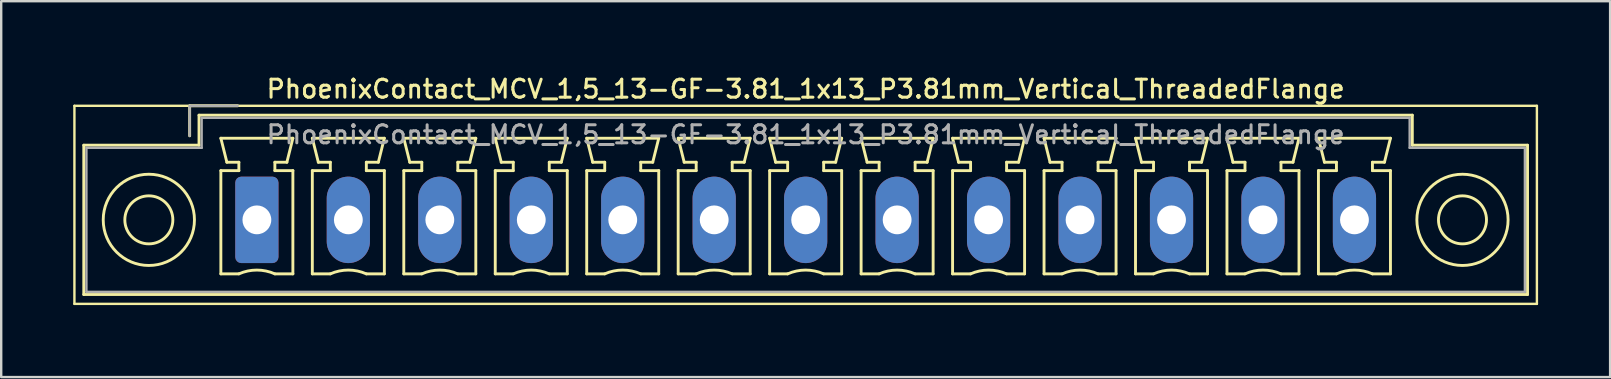
<source format=kicad_pcb>
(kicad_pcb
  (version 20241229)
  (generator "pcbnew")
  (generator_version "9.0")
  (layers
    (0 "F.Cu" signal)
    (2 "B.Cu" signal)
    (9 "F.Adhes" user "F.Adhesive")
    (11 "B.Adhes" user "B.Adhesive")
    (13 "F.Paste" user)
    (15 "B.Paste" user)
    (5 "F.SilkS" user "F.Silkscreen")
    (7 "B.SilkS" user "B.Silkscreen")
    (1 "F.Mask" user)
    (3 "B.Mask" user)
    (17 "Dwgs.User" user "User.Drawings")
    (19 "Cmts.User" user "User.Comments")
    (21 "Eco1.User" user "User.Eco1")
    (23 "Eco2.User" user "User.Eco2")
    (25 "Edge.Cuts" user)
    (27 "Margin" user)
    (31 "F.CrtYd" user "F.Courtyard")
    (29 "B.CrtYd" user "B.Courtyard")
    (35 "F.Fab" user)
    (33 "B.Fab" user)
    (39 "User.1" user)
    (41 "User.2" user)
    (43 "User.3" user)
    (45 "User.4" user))
  (footprint "PhoenixContact_MCV_1,5_13-GF-3.81_1x13_P3.81mm_Vertical_ThreadedFlange"
    (layer "F.Cu")
    (at 7.65 6.108)
    (property "Reference" "PhoenixContact_MCV_1,5_13-GF-3.81_1x13_P3.81mm_Vertical_ThreadedFlange" (at 22.86 -5.45 0) (layer "F.SilkS") (effects (font (size 0.75 0.75) (thickness 0.125))))
    (attr through_hole)
    (fp_line (start -7.6 -4.75) (end -7.6 3.5) (stroke (width 0.1) (type solid)) (layer "F.SilkS"))
    (fp_line (start -7.6 3.5) (end 53.32 3.5) (stroke (width 0.1) (type solid)) (layer "F.SilkS"))
    (fp_line (start -7.21 -3.11) (end -7.21 3.11) (stroke (width 0.12) (type solid)) (layer "F.SilkS"))
    (fp_line (start -7.21 3.11) (end 52.93 3.11) (stroke (width 0.12) (type solid)) (layer "F.SilkS"))
    (fp_line (start -2.8 -4.75) (end -0.8 -4.75) (stroke (width 0.12) (type solid)) (layer "F.SilkS"))
    (fp_line (start -2.8 -3.5) (end -2.8 -4.75) (stroke (width 0.12) (type solid)) (layer "F.SilkS"))
    (fp_line (start -2.41 -4.36) (end -2.41 -3.11) (stroke (width 0.12) (type solid)) (layer "F.SilkS"))
    (fp_line (start -2.41 -3.11) (end -7.21 -3.11) (stroke (width 0.12) (type solid)) (layer "F.SilkS"))
    (fp_line (start -1.5 -3.4) (end 1.5 -3.4) (stroke (width 0.12) (type solid)) (layer "F.SilkS"))
    (fp_line (start -1.5 -2.05) (end -0.75 -2.05) (stroke (width 0.12) (type solid)) (layer "F.SilkS"))
    (fp_line (start -1.5 2.25) (end -1.5 -2.05) (stroke (width 0.12) (type solid)) (layer "F.SilkS"))
    (fp_line (start -1.25 -2.4) (end -1.5 -3.4) (stroke (width 0.12) (type solid)) (layer "F.SilkS"))
    (fp_line (start -0.75 -2.4) (end -1.25 -2.4) (stroke (width 0.12) (type solid)) (layer "F.SilkS"))
    (fp_line (start -0.75 -2.05) (end -0.75 -2.4) (stroke (width 0.12) (type solid)) (layer "F.SilkS"))
    (fp_line (start -0.75 2.25) (end -1.5 2.25) (stroke (width 0.12) (type solid)) (layer "F.SilkS"))
    (fp_line (start 0.75 -2.4) (end 0.75 -2.05) (stroke (width 0.12) (type solid)) (layer "F.SilkS"))
    (fp_line (start 0.75 -2.05) (end 1.5 -2.05) (stroke (width 0.12) (type solid)) (layer "F.SilkS"))
    (fp_line (start 1.25 -2.4) (end 0.75 -2.4) (stroke (width 0.12) (type solid)) (layer "F.SilkS"))
    (fp_line (start 1.5 -3.4) (end 1.25 -2.4) (stroke (width 0.12) (type solid)) (layer "F.SilkS"))
    (fp_line (start 1.5 -2.05) (end 1.5 2.25) (stroke (width 0.12) (type solid)) (layer "F.SilkS"))
    (fp_line (start 1.5 2.25) (end 0.75 2.25) (stroke (width 0.12) (type solid)) (layer "F.SilkS"))
    (fp_line (start 2.31 -3.4) (end 5.31 -3.4) (stroke (width 0.12) (type solid)) (layer "F.SilkS"))
    (fp_line (start 2.31 -2.05) (end 3.06 -2.05) (stroke (width 0.12) (type solid)) (layer "F.SilkS"))
    (fp_line (start 2.31 2.25) (end 2.31 -2.05) (stroke (width 0.12) (type solid)) (layer "F.SilkS"))
    (fp_line (start 2.56 -2.4) (end 2.31 -3.4) (stroke (width 0.12) (type solid)) (layer "F.SilkS"))
    (fp_line (start 3.06 -2.4) (end 2.56 -2.4) (stroke (width 0.12) (type solid)) (layer "F.SilkS"))
    (fp_line (start 3.06 -2.05) (end 3.06 -2.4) (stroke (width 0.12) (type solid)) (layer "F.SilkS"))
    (fp_line (start 3.06 2.25) (end 2.31 2.25) (stroke (width 0.12) (type solid)) (layer "F.SilkS"))
    (fp_line (start 4.56 -2.4) (end 4.56 -2.05) (stroke (width 0.12) (type solid)) (layer "F.SilkS"))
    (fp_line (start 4.56 -2.05) (end 5.31 -2.05) (stroke (width 0.12) (type solid)) (layer "F.SilkS"))
    (fp_line (start 5.06 -2.4) (end 4.56 -2.4) (stroke (width 0.12) (type solid)) (layer "F.SilkS"))
    (fp_line (start 5.31 -3.4) (end 5.06 -2.4) (stroke (width 0.12) (type solid)) (layer "F.SilkS"))
    (fp_line (start 5.31 -2.05) (end 5.31 2.25) (stroke (width 0.12) (type solid)) (layer "F.SilkS"))
    (fp_line (start 5.31 2.25) (end 4.56 2.25) (stroke (width 0.12) (type solid)) (layer "F.SilkS"))
    (fp_line (start 6.12 -3.4) (end 9.12 -3.4) (stroke (width 0.12) (type solid)) (layer "F.SilkS"))
    (fp_line (start 6.12 -2.05) (end 6.87 -2.05) (stroke (width 0.12) (type solid)) (layer "F.SilkS"))
    (fp_line (start 6.12 2.25) (end 6.12 -2.05) (stroke (width 0.12) (type solid)) (layer "F.SilkS"))
    (fp_line (start 6.37 -2.4) (end 6.12 -3.4) (stroke (width 0.12) (type solid)) (layer "F.SilkS"))
    (fp_line (start 6.87 -2.4) (end 6.37 -2.4) (stroke (width 0.12) (type solid)) (layer "F.SilkS"))
    (fp_line (start 6.87 -2.05) (end 6.87 -2.4) (stroke (width 0.12) (type solid)) (layer "F.SilkS"))
    (fp_line (start 6.87 2.25) (end 6.12 2.25) (stroke (width 0.12) (type solid)) (layer "F.SilkS"))
    (fp_line (start 8.37 -2.4) (end 8.37 -2.05) (stroke (width 0.12) (type solid)) (layer "F.SilkS"))
    (fp_line (start 8.37 -2.05) (end 9.12 -2.05) (stroke (width 0.12) (type solid)) (layer "F.SilkS"))
    (fp_line (start 8.87 -2.4) (end 8.37 -2.4) (stroke (width 0.12) (type solid)) (layer "F.SilkS"))
    (fp_line (start 9.12 -3.4) (end 8.87 -2.4) (stroke (width 0.12) (type solid)) (layer "F.SilkS"))
    (fp_line (start 9.12 -2.05) (end 9.12 2.25) (stroke (width 0.12) (type solid)) (layer "F.SilkS"))
    (fp_line (start 9.12 2.25) (end 8.37 2.25) (stroke (width 0.12) (type solid)) (layer "F.SilkS"))
    (fp_line (start 9.93 -3.4) (end 12.93 -3.4) (stroke (width 0.12) (type solid)) (layer "F.SilkS"))
    (fp_line (start 9.93 -2.05) (end 10.68 -2.05) (stroke (width 0.12) (type solid)) (layer "F.SilkS"))
    (fp_line (start 9.93 2.25) (end 9.93 -2.05) (stroke (width 0.12) (type solid)) (layer "F.SilkS"))
    (fp_line (start 10.18 -2.4) (end 9.93 -3.4) (stroke (width 0.12) (type solid)) (layer "F.SilkS"))
    (fp_line (start 10.68 -2.4) (end 10.18 -2.4) (stroke (width 0.12) (type solid)) (layer "F.SilkS"))
    (fp_line (start 10.68 -2.05) (end 10.68 -2.4) (stroke (width 0.12) (type solid)) (layer "F.SilkS"))
    (fp_line (start 10.68 2.25) (end 9.93 2.25) (stroke (width 0.12) (type solid)) (layer "F.SilkS"))
    (fp_line (start 12.18 -2.4) (end 12.18 -2.05) (stroke (width 0.12) (type solid)) (layer "F.SilkS"))
    (fp_line (start 12.18 -2.05) (end 12.93 -2.05) (stroke (width 0.12) (type solid)) (layer "F.SilkS"))
    (fp_line (start 12.68 -2.4) (end 12.18 -2.4) (stroke (width 0.12) (type solid)) (layer "F.SilkS"))
    (fp_line (start 12.93 -3.4) (end 12.68 -2.4) (stroke (width 0.12) (type solid)) (layer "F.SilkS"))
    (fp_line (start 12.93 -2.05) (end 12.93 2.25) (stroke (width 0.12) (type solid)) (layer "F.SilkS"))
    (fp_line (start 12.93 2.25) (end 12.18 2.25) (stroke (width 0.12) (type solid)) (layer "F.SilkS"))
    (fp_line (start 13.74 -3.4) (end 16.74 -3.4) (stroke (width 0.12) (type solid)) (layer "F.SilkS"))
    (fp_line (start 13.74 -2.05) (end 14.49 -2.05) (stroke (width 0.12) (type solid)) (layer "F.SilkS"))
    (fp_line (start 13.74 2.25) (end 13.74 -2.05) (stroke (width 0.12) (type solid)) (layer "F.SilkS"))
    (fp_line (start 13.99 -2.4) (end 13.74 -3.4) (stroke (width 0.12) (type solid)) (layer "F.SilkS"))
    (fp_line (start 14.49 -2.4) (end 13.99 -2.4) (stroke (width 0.12) (type solid)) (layer "F.SilkS"))
    (fp_line (start 14.49 -2.05) (end 14.49 -2.4) (stroke (width 0.12) (type solid)) (layer "F.SilkS"))
    (fp_line (start 14.49 2.25) (end 13.74 2.25) (stroke (width 0.12) (type solid)) (layer "F.SilkS"))
    (fp_line (start 15.99 -2.4) (end 15.99 -2.05) (stroke (width 0.12) (type solid)) (layer "F.SilkS"))
    (fp_line (start 15.99 -2.05) (end 16.74 -2.05) (stroke (width 0.12) (type solid)) (layer "F.SilkS"))
    (fp_line (start 16.49 -2.4) (end 15.99 -2.4) (stroke (width 0.12) (type solid)) (layer "F.SilkS"))
    (fp_line (start 16.74 -3.4) (end 16.49 -2.4) (stroke (width 0.12) (type solid)) (layer "F.SilkS"))
    (fp_line (start 16.74 -2.05) (end 16.74 2.25) (stroke (width 0.12) (type solid)) (layer "F.SilkS"))
    (fp_line (start 16.74 2.25) (end 15.99 2.25) (stroke (width 0.12) (type solid)) (layer "F.SilkS"))
    (fp_line (start 17.55 -3.4) (end 20.55 -3.4) (stroke (width 0.12) (type solid)) (layer "F.SilkS"))
    (fp_line (start 17.55 -2.05) (end 18.3 -2.05) (stroke (width 0.12) (type solid)) (layer "F.SilkS"))
    (fp_line (start 17.55 2.25) (end 17.55 -2.05) (stroke (width 0.12) (type solid)) (layer "F.SilkS"))
    (fp_line (start 17.8 -2.4) (end 17.55 -3.4) (stroke (width 0.12) (type solid)) (layer "F.SilkS"))
    (fp_line (start 18.3 -2.4) (end 17.8 -2.4) (stroke (width 0.12) (type solid)) (layer "F.SilkS"))
    (fp_line (start 18.3 -2.05) (end 18.3 -2.4) (stroke (width 0.12) (type solid)) (layer "F.SilkS"))
    (fp_line (start 18.3 2.25) (end 17.55 2.25) (stroke (width 0.12) (type solid)) (layer "F.SilkS"))
    (fp_line (start 19.8 -2.4) (end 19.8 -2.05) (stroke (width 0.12) (type solid)) (layer "F.SilkS"))
    (fp_line (start 19.8 -2.05) (end 20.55 -2.05) (stroke (width 0.12) (type solid)) (layer "F.SilkS"))
    (fp_line (start 20.3 -2.4) (end 19.8 -2.4) (stroke (width 0.12) (type solid)) (layer "F.SilkS"))
    (fp_line (start 20.55 -3.4) (end 20.3 -2.4) (stroke (width 0.12) (type solid)) (layer "F.SilkS"))
    (fp_line (start 20.55 -2.05) (end 20.55 2.25) (stroke (width 0.12) (type solid)) (layer "F.SilkS"))
    (fp_line (start 20.55 2.25) (end 19.8 2.25) (stroke (width 0.12) (type solid)) (layer "F.SilkS"))
    (fp_line (start 21.36 -3.4) (end 24.36 -3.4) (stroke (width 0.12) (type solid)) (layer "F.SilkS"))
    (fp_line (start 21.36 -2.05) (end 22.11 -2.05) (stroke (width 0.12) (type solid)) (layer "F.SilkS"))
    (fp_line (start 21.36 2.25) (end 21.36 -2.05) (stroke (width 0.12) (type solid)) (layer "F.SilkS"))
    (fp_line (start 21.61 -2.4) (end 21.36 -3.4) (stroke (width 0.12) (type solid)) (layer "F.SilkS"))
    (fp_line (start 22.11 -2.4) (end 21.61 -2.4) (stroke (width 0.12) (type solid)) (layer "F.SilkS"))
    (fp_line (start 22.11 -2.05) (end 22.11 -2.4) (stroke (width 0.12) (type solid)) (layer "F.SilkS"))
    (fp_line (start 22.11 2.25) (end 21.36 2.25) (stroke (width 0.12) (type solid)) (layer "F.SilkS"))
    (fp_line (start 23.61 -2.4) (end 23.61 -2.05) (stroke (width 0.12) (type solid)) (layer "F.SilkS"))
    (fp_line (start 23.61 -2.05) (end 24.36 -2.05) (stroke (width 0.12) (type solid)) (layer "F.SilkS"))
    (fp_line (start 24.11 -2.4) (end 23.61 -2.4) (stroke (width 0.12) (type solid)) (layer "F.SilkS"))
    (fp_line (start 24.36 -3.4) (end 24.11 -2.4) (stroke (width 0.12) (type solid)) (layer "F.SilkS"))
    (fp_line (start 24.36 -2.05) (end 24.36 2.25) (stroke (width 0.12) (type solid)) (layer "F.SilkS"))
    (fp_line (start 24.36 2.25) (end 23.61 2.25) (stroke (width 0.12) (type solid)) (layer "F.SilkS"))
    (fp_line (start 25.17 -3.4) (end 28.17 -3.4) (stroke (width 0.12) (type solid)) (layer "F.SilkS"))
    (fp_line (start 25.17 -2.05) (end 25.92 -2.05) (stroke (width 0.12) (type solid)) (layer "F.SilkS"))
    (fp_line (start 25.17 2.25) (end 25.17 -2.05) (stroke (width 0.12) (type solid)) (layer "F.SilkS"))
    (fp_line (start 25.42 -2.4) (end 25.17 -3.4) (stroke (width 0.12) (type solid)) (layer "F.SilkS"))
    (fp_line (start 25.92 -2.4) (end 25.42 -2.4) (stroke (width 0.12) (type solid)) (layer "F.SilkS"))
    (fp_line (start 25.92 -2.05) (end 25.92 -2.4) (stroke (width 0.12) (type solid)) (layer "F.SilkS"))
    (fp_line (start 25.92 2.25) (end 25.17 2.25) (stroke (width 0.12) (type solid)) (layer "F.SilkS"))
    (fp_line (start 27.42 -2.4) (end 27.42 -2.05) (stroke (width 0.12) (type solid)) (layer "F.SilkS"))
    (fp_line (start 27.42 -2.05) (end 28.17 -2.05) (stroke (width 0.12) (type solid)) (layer "F.SilkS"))
    (fp_line (start 27.92 -2.4) (end 27.42 -2.4) (stroke (width 0.12) (type solid)) (layer "F.SilkS"))
    (fp_line (start 28.17 -3.4) (end 27.92 -2.4) (stroke (width 0.12) (type solid)) (layer "F.SilkS"))
    (fp_line (start 28.17 -2.05) (end 28.17 2.25) (stroke (width 0.12) (type solid)) (layer "F.SilkS"))
    (fp_line (start 28.17 2.25) (end 27.42 2.25) (stroke (width 0.12) (type solid)) (layer "F.SilkS"))
    (fp_line (start 28.98 -3.4) (end 31.98 -3.4) (stroke (width 0.12) (type solid)) (layer "F.SilkS"))
    (fp_line (start 28.98 -2.05) (end 29.73 -2.05) (stroke (width 0.12) (type solid)) (layer "F.SilkS"))
    (fp_line (start 28.98 2.25) (end 28.98 -2.05) (stroke (width 0.12) (type solid)) (layer "F.SilkS"))
    (fp_line (start 29.23 -2.4) (end 28.98 -3.4) (stroke (width 0.12) (type solid)) (layer "F.SilkS"))
    (fp_line (start 29.73 -2.4) (end 29.23 -2.4) (stroke (width 0.12) (type solid)) (layer "F.SilkS"))
    (fp_line (start 29.73 -2.05) (end 29.73 -2.4) (stroke (width 0.12) (type solid)) (layer "F.SilkS"))
    (fp_line (start 29.73 2.25) (end 28.98 2.25) (stroke (width 0.12) (type solid)) (layer "F.SilkS"))
    (fp_line (start 31.23 -2.4) (end 31.23 -2.05) (stroke (width 0.12) (type solid)) (layer "F.SilkS"))
    (fp_line (start 31.23 -2.05) (end 31.98 -2.05) (stroke (width 0.12) (type solid)) (layer "F.SilkS"))
    (fp_line (start 31.73 -2.4) (end 31.23 -2.4) (stroke (width 0.12) (type solid)) (layer "F.SilkS"))
    (fp_line (start 31.98 -3.4) (end 31.73 -2.4) (stroke (width 0.12) (type solid)) (layer "F.SilkS"))
    (fp_line (start 31.98 -2.05) (end 31.98 2.25) (stroke (width 0.12) (type solid)) (layer "F.SilkS"))
    (fp_line (start 31.98 2.25) (end 31.23 2.25) (stroke (width 0.12) (type solid)) (layer "F.SilkS"))
    (fp_line (start 32.79 -3.4) (end 35.79 -3.4) (stroke (width 0.12) (type solid)) (layer "F.SilkS"))
    (fp_line (start 32.79 -2.05) (end 33.54 -2.05) (stroke (width 0.12) (type solid)) (layer "F.SilkS"))
    (fp_line (start 32.79 2.25) (end 32.79 -2.05) (stroke (width 0.12) (type solid)) (layer "F.SilkS"))
    (fp_line (start 33.04 -2.4) (end 32.79 -3.4) (stroke (width 0.12) (type solid)) (layer "F.SilkS"))
    (fp_line (start 33.54 -2.4) (end 33.04 -2.4) (stroke (width 0.12) (type solid)) (layer "F.SilkS"))
    (fp_line (start 33.54 -2.05) (end 33.54 -2.4) (stroke (width 0.12) (type solid)) (layer "F.SilkS"))
    (fp_line (start 33.54 2.25) (end 32.79 2.25) (stroke (width 0.12) (type solid)) (layer "F.SilkS"))
    (fp_line (start 35.04 -2.4) (end 35.04 -2.05) (stroke (width 0.12) (type solid)) (layer "F.SilkS"))
    (fp_line (start 35.04 -2.05) (end 35.79 -2.05) (stroke (width 0.12) (type solid)) (layer "F.SilkS"))
    (fp_line (start 35.54 -2.4) (end 35.04 -2.4) (stroke (width 0.12) (type solid)) (layer "F.SilkS"))
    (fp_line (start 35.79 -3.4) (end 35.54 -2.4) (stroke (width 0.12) (type solid)) (layer "F.SilkS"))
    (fp_line (start 35.79 -2.05) (end 35.79 2.25) (stroke (width 0.12) (type solid)) (layer "F.SilkS"))
    (fp_line (start 35.79 2.25) (end 35.04 2.25) (stroke (width 0.12) (type solid)) (layer "F.SilkS"))
    (fp_line (start 36.6 -3.4) (end 39.6 -3.4) (stroke (width 0.12) (type solid)) (layer "F.SilkS"))
    (fp_line (start 36.6 -2.05) (end 37.35 -2.05) (stroke (width 0.12) (type solid)) (layer "F.SilkS"))
    (fp_line (start 36.6 2.25) (end 36.6 -2.05) (stroke (width 0.12) (type solid)) (layer "F.SilkS"))
    (fp_line (start 36.85 -2.4) (end 36.6 -3.4) (stroke (width 0.12) (type solid)) (layer "F.SilkS"))
    (fp_line (start 37.35 -2.4) (end 36.85 -2.4) (stroke (width 0.12) (type solid)) (layer "F.SilkS"))
    (fp_line (start 37.35 -2.05) (end 37.35 -2.4) (stroke (width 0.12) (type solid)) (layer "F.SilkS"))
    (fp_line (start 37.35 2.25) (end 36.6 2.25) (stroke (width 0.12) (type solid)) (layer "F.SilkS"))
    (fp_line (start 38.85 -2.4) (end 38.85 -2.05) (stroke (width 0.12) (type solid)) (layer "F.SilkS"))
    (fp_line (start 38.85 -2.05) (end 39.6 -2.05) (stroke (width 0.12) (type solid)) (layer "F.SilkS"))
    (fp_line (start 39.35 -2.4) (end 38.85 -2.4) (stroke (width 0.12) (type solid)) (layer "F.SilkS"))
    (fp_line (start 39.6 -3.4) (end 39.35 -2.4) (stroke (width 0.12) (type solid)) (layer "F.SilkS"))
    (fp_line (start 39.6 -2.05) (end 39.6 2.25) (stroke (width 0.12) (type solid)) (layer "F.SilkS"))
    (fp_line (start 39.6 2.25) (end 38.85 2.25) (stroke (width 0.12) (type solid)) (layer "F.SilkS"))
    (fp_line (start 40.41 -3.4) (end 43.41 -3.4) (stroke (width 0.12) (type solid)) (layer "F.SilkS"))
    (fp_line (start 40.41 -2.05) (end 41.16 -2.05) (stroke (width 0.12) (type solid)) (layer "F.SilkS"))
    (fp_line (start 40.41 2.25) (end 40.41 -2.05) (stroke (width 0.12) (type solid)) (layer "F.SilkS"))
    (fp_line (start 40.66 -2.4) (end 40.41 -3.4) (stroke (width 0.12) (type solid)) (layer "F.SilkS"))
    (fp_line (start 41.16 -2.4) (end 40.66 -2.4) (stroke (width 0.12) (type solid)) (layer "F.SilkS"))
    (fp_line (start 41.16 -2.05) (end 41.16 -2.4) (stroke (width 0.12) (type solid)) (layer "F.SilkS"))
    (fp_line (start 41.16 2.25) (end 40.41 2.25) (stroke (width 0.12) (type solid)) (layer "F.SilkS"))
    (fp_line (start 42.66 -2.4) (end 42.66 -2.05) (stroke (width 0.12) (type solid)) (layer "F.SilkS"))
    (fp_line (start 42.66 -2.05) (end 43.41 -2.05) (stroke (width 0.12) (type solid)) (layer "F.SilkS"))
    (fp_line (start 43.16 -2.4) (end 42.66 -2.4) (stroke (width 0.12) (type solid)) (layer "F.SilkS"))
    (fp_line (start 43.41 -3.4) (end 43.16 -2.4) (stroke (width 0.12) (type solid)) (layer "F.SilkS"))
    (fp_line (start 43.41 -2.05) (end 43.41 2.25) (stroke (width 0.12) (type solid)) (layer "F.SilkS"))
    (fp_line (start 43.41 2.25) (end 42.66 2.25) (stroke (width 0.12) (type solid)) (layer "F.SilkS"))
    (fp_line (start 44.22 -3.4) (end 47.22 -3.4) (stroke (width 0.12) (type solid)) (layer "F.SilkS"))
    (fp_line (start 44.22 -2.05) (end 44.97 -2.05) (stroke (width 0.12) (type solid)) (layer "F.SilkS"))
    (fp_line (start 44.22 2.25) (end 44.22 -2.05) (stroke (width 0.12) (type solid)) (layer "F.SilkS"))
    (fp_line (start 44.47 -2.4) (end 44.22 -3.4) (stroke (width 0.12) (type solid)) (layer "F.SilkS"))
    (fp_line (start 44.97 -2.4) (end 44.47 -2.4) (stroke (width 0.12) (type solid)) (layer "F.SilkS"))
    (fp_line (start 44.97 -2.05) (end 44.97 -2.4) (stroke (width 0.12) (type solid)) (layer "F.SilkS"))
    (fp_line (start 44.97 2.25) (end 44.22 2.25) (stroke (width 0.12) (type solid)) (layer "F.SilkS"))
    (fp_line (start 46.47 -2.4) (end 46.47 -2.05) (stroke (width 0.12) (type solid)) (layer "F.SilkS"))
    (fp_line (start 46.47 -2.05) (end 47.22 -2.05) (stroke (width 0.12) (type solid)) (layer "F.SilkS"))
    (fp_line (start 46.97 -2.4) (end 46.47 -2.4) (stroke (width 0.12) (type solid)) (layer "F.SilkS"))
    (fp_line (start 47.22 -3.4) (end 46.97 -2.4) (stroke (width 0.12) (type solid)) (layer "F.SilkS"))
    (fp_line (start 47.22 -2.05) (end 47.22 2.25) (stroke (width 0.12) (type solid)) (layer "F.SilkS"))
    (fp_line (start 47.22 2.25) (end 46.47 2.25) (stroke (width 0.12) (type solid)) (layer "F.SilkS"))
    (fp_line (start 48.13 -4.36) (end -2.41 -4.36) (stroke (width 0.12) (type solid)) (layer "F.SilkS"))
    (fp_line (start 48.13 -3.11) (end 48.13 -4.36) (stroke (width 0.12) (type solid)) (layer "F.SilkS"))
    (fp_line (start 52.93 -3.11) (end 48.13 -3.11) (stroke (width 0.12) (type solid)) (layer "F.SilkS"))
    (fp_line (start 52.93 3.11) (end 52.93 -3.11) (stroke (width 0.12) (type solid)) (layer "F.SilkS"))
    (fp_line (start 53.32 -4.75) (end -7.6 -4.75) (stroke (width 0.1) (type solid)) (layer "F.SilkS"))
    (fp_line (start 53.32 3.5) (end 53.32 -4.75) (stroke (width 0.1) (type solid)) (layer "F.SilkS"))
    (fp_arc (start -0.75 2.25) (mid -0.000193 2.09191) (end 0.749647 2.249844) (stroke (width 0.12) (type solid)) (layer "F.SilkS"))
    (fp_arc (start 3.06 2.25) (mid 3.809807 2.09191) (end 4.559647 2.249844) (stroke (width 0.12) (type solid)) (layer "F.SilkS"))
    (fp_arc (start 6.87 2.25) (mid 7.619807 2.09191) (end 8.369647 2.249844) (stroke (width 0.12) (type solid)) (layer "F.SilkS"))
    (fp_arc (start 10.68 2.25) (mid 11.429807 2.09191) (end 12.179647 2.249844) (stroke (width 0.12) (type solid)) (layer "F.SilkS"))
    (fp_arc (start 14.49 2.25) (mid 15.239807 2.09191) (end 15.989647 2.249844) (stroke (width 0.12) (type solid)) (layer "F.SilkS"))
    (fp_arc (start 18.3 2.25) (mid 19.049807 2.09191) (end 19.799647 2.249844) (stroke (width 0.12) (type solid)) (layer "F.SilkS"))
    (fp_arc (start 22.11 2.25) (mid 22.859807 2.09191) (end 23.609647 2.249844) (stroke (width 0.12) (type solid)) (layer "F.SilkS"))
    (fp_arc (start 25.92 2.25) (mid 26.669807 2.09191) (end 27.419647 2.249844) (stroke (width 0.12) (type solid)) (layer "F.SilkS"))
    (fp_arc (start 29.73 2.25) (mid 30.479807 2.09191) (end 31.229647 2.249844) (stroke (width 0.12) (type solid)) (layer "F.SilkS"))
    (fp_arc (start 33.54 2.25) (mid 34.289807 2.09191) (end 35.039647 2.249844) (stroke (width 0.12) (type solid)) (layer "F.SilkS"))
    (fp_arc (start 37.35 2.25) (mid 38.099807 2.09191) (end 38.849647 2.249844) (stroke (width 0.12) (type solid)) (layer "F.SilkS"))
    (fp_arc (start 41.16 2.25) (mid 41.909807 2.09191) (end 42.659647 2.249844) (stroke (width 0.12) (type solid)) (layer "F.SilkS"))
    (fp_arc (start 44.97 2.25) (mid 45.719807 2.09191) (end 46.469647 2.249844) (stroke (width 0.12) (type solid)) (layer "F.SilkS"))
    (fp_circle (center -4.5 0) (end -3.5 0) (stroke (width 0.12) (type solid)) (fill no) (layer "F.SilkS"))
    (fp_circle (center -4.5 0) (end -2.6 0) (stroke (width 0.12) (type solid)) (fill no) (layer "F.SilkS"))
    (fp_circle (center 50.22 0) (end 51.22 0) (stroke (width 0.12) (type solid)) (fill no) (layer "F.SilkS"))
    (fp_circle (center 50.22 0) (end 52.12 0) (stroke (width 0.12) (type solid)) (fill no) (layer "F.SilkS"))
    (fp_line (start -7.1 -3) (end -7.1 3) (stroke (width 0.1) (type solid)) (layer "F.Fab"))
    (fp_line (start -7.1 3) (end 52.82 3) (stroke (width 0.1) (type solid)) (layer "F.Fab"))
    (fp_line (start -2.8 -4.75) (end -0.8 -4.75) (stroke (width 0.1) (type solid)) (layer "F.Fab"))
    (fp_line (start -2.8 -3.5) (end -2.8 -4.75) (stroke (width 0.1) (type solid)) (layer "F.Fab"))
    (fp_line (start -2.3 -4.25) (end -2.3 -3) (stroke (width 0.1) (type solid)) (layer "F.Fab"))
    (fp_line (start -2.3 -3) (end -7.1 -3) (stroke (width 0.1) (type solid)) (layer "F.Fab"))
    (fp_line (start 48.02 -4.25) (end -2.3 -4.25) (stroke (width 0.1) (type solid)) (layer "F.Fab"))
    (fp_line (start 48.02 -3) (end 48.02 -4.25) (stroke (width 0.1) (type solid)) (layer "F.Fab"))
    (fp_line (start 52.82 -3) (end 48.02 -3) (stroke (width 0.1) (type solid)) (layer "F.Fab"))
    (fp_line (start 52.82 3) (end 52.82 -3) (stroke (width 0.1) (type solid)) (layer "F.Fab"))
    (fp_text user "${REFERENCE}" (at 22.86 -3.55 0) (layer "F.Fab") (effects (font (size 0.75 0.75) (thickness 0.125))))
    (pad "1" thru_hole roundrect (at 0 0) (size 1.8 3.6) (drill 1.2) (layers "*.Cu" "*.Mask") (roundrect_rratio 0.139))
    (pad "2" thru_hole oval (at 3.81 0) (size 1.8 3.6) (drill 1.2) (layers "*.Cu" "*.Mask"))
    (pad "3" thru_hole oval (at 7.62 0) (size 1.8 3.6) (drill 1.2) (layers "*.Cu" "*.Mask"))
    (pad "4" thru_hole oval (at 11.43 0) (size 1.8 3.6) (drill 1.2) (layers "*.Cu" "*.Mask"))
    (pad "5" thru_hole oval (at 15.24 0) (size 1.8 3.6) (drill 1.2) (layers "*.Cu" "*.Mask"))
    (pad "6" thru_hole oval (at 19.05 0) (size 1.8 3.6) (drill 1.2) (layers "*.Cu" "*.Mask"))
    (pad "7" thru_hole oval (at 22.86 0) (size 1.8 3.6) (drill 1.2) (layers "*.Cu" "*.Mask"))
    (pad "8" thru_hole oval (at 26.67 0) (size 1.8 3.6) (drill 1.2) (layers "*.Cu" "*.Mask"))
    (pad "9" thru_hole oval (at 30.48 0) (size 1.8 3.6) (drill 1.2) (layers "*.Cu" "*.Mask"))
    (pad "10" thru_hole oval (at 34.29 0) (size 1.8 3.6) (drill 1.2) (layers "*.Cu" "*.Mask"))
    (pad "11" thru_hole oval (at 38.1 0) (size 1.8 3.6) (drill 1.2) (layers "*.Cu" "*.Mask"))
    (pad "12" thru_hole oval (at 41.91 0) (size 1.8 3.6) (drill 1.2) (layers "*.Cu" "*.Mask"))
    (pad "13" thru_hole oval (at 45.72 0) (size 1.8 3.6) (drill 1.2) (layers "*.Cu" "*.Mask")))
  (gr_rect
    (start -3 -3)
    (end 64.02 12.658)
    (stroke (width 0.1) (type default))
    (fill no)
    (layer "Edge.Cuts")))
</source>
